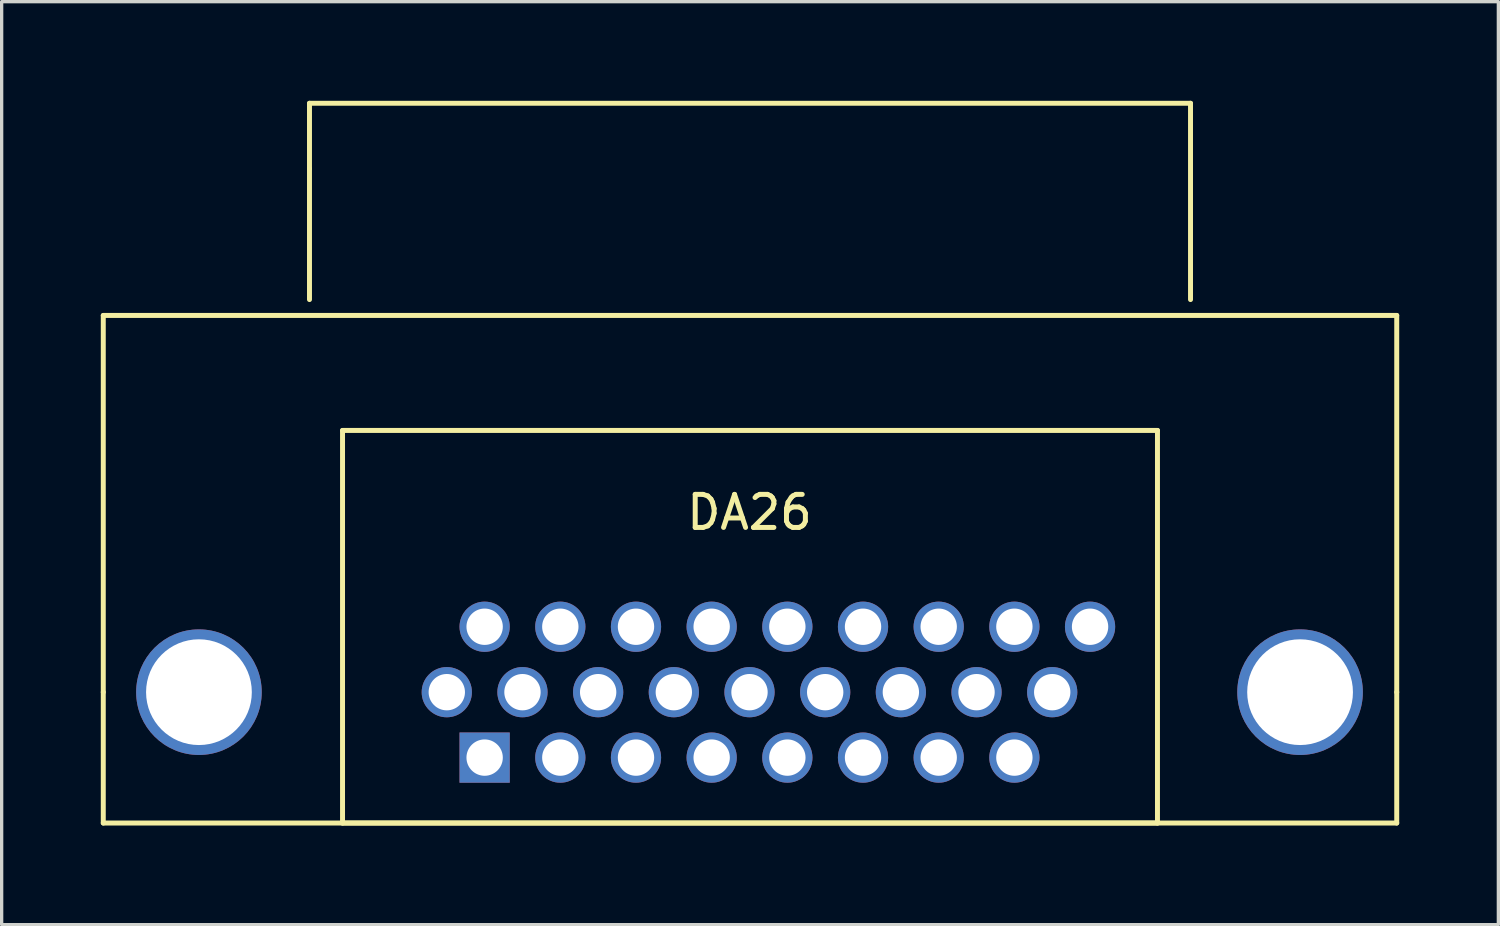
<source format=kicad_pcb>
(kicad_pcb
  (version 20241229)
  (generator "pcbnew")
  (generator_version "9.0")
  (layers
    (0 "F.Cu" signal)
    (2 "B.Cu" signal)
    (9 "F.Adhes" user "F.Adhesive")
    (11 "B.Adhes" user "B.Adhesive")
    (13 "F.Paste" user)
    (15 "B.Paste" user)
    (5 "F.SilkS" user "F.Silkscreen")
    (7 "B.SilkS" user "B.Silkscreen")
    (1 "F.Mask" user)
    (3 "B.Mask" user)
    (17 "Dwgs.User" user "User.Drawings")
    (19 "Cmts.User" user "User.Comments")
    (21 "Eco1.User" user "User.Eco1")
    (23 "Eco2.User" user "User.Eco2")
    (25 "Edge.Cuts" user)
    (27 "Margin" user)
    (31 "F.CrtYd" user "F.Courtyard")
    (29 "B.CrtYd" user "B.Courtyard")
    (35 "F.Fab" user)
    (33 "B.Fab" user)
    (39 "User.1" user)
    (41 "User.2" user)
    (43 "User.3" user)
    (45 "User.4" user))
  (footprint "DA26"
    (layer "F.Cu")
    (at 19.645 19.875)
    (property "Reference" "DA26" (at -0.015 -7.42 0) (layer "F.SilkS") (effects (font (size 1 1) (thickness 0.15))))
    (attr through_hole)
    (fp_line (start -19.57 -13.38) (end -19.57 -1.98) (stroke (width 0.15) (type solid)) (layer "F.SilkS"))
    (fp_line (start -19.57 -1.98) (end -19.57 1.98) (stroke (width 0.15) (type solid)) (layer "F.SilkS"))
    (fp_line (start -13.33 -19.8) (end 13.33 -19.8) (stroke (width 0.15) (type solid)) (layer "F.SilkS"))
    (fp_line (start -13.33 -17.82) (end -13.33 -19.8) (stroke (width 0.15) (type solid)) (layer "F.SilkS"))
    (fp_line (start -13.33 -13.86) (end -13.33 -17.82) (stroke (width 0.15) (type solid)) (layer "F.SilkS"))
    (fp_line (start -12.33 -9.9) (end -12.33 1.98) (stroke (width 0.15) (type solid)) (layer "F.SilkS"))
    (fp_line (start -12.33 1.98) (end 12.33 1.98) (stroke (width 0.15) (type solid)) (layer "F.SilkS"))
    (fp_line (start 12.33 -9.9) (end -12.33 -9.9) (stroke (width 0.15) (type solid)) (layer "F.SilkS"))
    (fp_line (start 12.33 1.98) (end 12.33 -9.9) (stroke (width 0.15) (type solid)) (layer "F.SilkS"))
    (fp_line (start 13.33 -19.8) (end 13.33 -13.86) (stroke (width 0.15) (type solid)) (layer "F.SilkS"))
    (fp_line (start 19.57 -13.38) (end -19.57 -13.38) (stroke (width 0.15) (type solid)) (layer "F.SilkS"))
    (fp_line (start 19.57 -1.98) (end 19.57 -13.38) (stroke (width 0.15) (type solid)) (layer "F.SilkS"))
    (fp_line (start 19.57 1.98) (end -19.57 1.98) (stroke (width 0.15) (type solid)) (layer "F.SilkS"))
    (fp_line (start 19.57 1.98) (end 19.57 -1.98) (stroke (width 0.15) (type solid)) (layer "F.SilkS"))
    (pad "" thru_hole circle (at -16.675 -1.98) (size 3.8 3.8) (drill 3.2) (layers "*.Cu" "*.Mask"))
    (pad "" thru_hole circle (at 16.645 -1.98) (size 3.8 3.8) (drill 3.2) (layers "*.Cu" "*.Mask"))
    (pad "1" thru_hole rect (at -8.03 0) (size 1.52 1.52) (drill 1.1) (layers "*.Cu" "*.Mask"))
    (pad "2" thru_hole circle (at -5.74 0) (size 1.52 1.52) (drill 1.1) (layers "*.Cu" "*.Mask"))
    (pad "3" thru_hole circle (at -3.45 0) (size 1.52 1.52) (drill 1.1) (layers "*.Cu" "*.Mask"))
    (pad "4" thru_hole circle (at -1.16 0) (size 1.52 1.52) (drill 1.1) (layers "*.Cu" "*.Mask"))
    (pad "5" thru_hole circle (at 1.13 0) (size 1.52 1.52) (drill 1.1) (layers "*.Cu" "*.Mask"))
    (pad "6" thru_hole circle (at 3.42 0) (size 1.52 1.52) (drill 1.1) (layers "*.Cu" "*.Mask"))
    (pad "7" thru_hole circle (at 5.71 0) (size 1.52 1.52) (drill 1.1) (layers "*.Cu" "*.Mask"))
    (pad "8" thru_hole circle (at 8 0) (size 1.52 1.52) (drill 1.1) (layers "*.Cu" "*.Mask"))
    (pad "9" thru_hole circle (at -9.175 -1.98) (size 1.52 1.52) (drill 1.1) (layers "*.Cu" "*.Mask"))
    (pad "10" thru_hole circle (at -6.885 -1.98) (size 1.52 1.52) (drill 1.1) (layers "*.Cu" "*.Mask"))
    (pad "11" thru_hole circle (at -4.595 -1.98) (size 1.52 1.52) (drill 1.1) (layers "*.Cu" "*.Mask"))
    (pad "12" thru_hole circle (at -2.305 -1.98) (size 1.52 1.52) (drill 1.1) (layers "*.Cu" "*.Mask"))
    (pad "13" thru_hole circle (at -0.015 -1.98) (size 1.52 1.52) (drill 1.1) (layers "*.Cu" "*.Mask"))
    (pad "14" thru_hole circle (at 2.275 -1.98) (size 1.52 1.52) (drill 1.1) (layers "*.Cu" "*.Mask"))
    (pad "15" thru_hole circle (at 4.565 -1.98) (size 1.52 1.52) (drill 1.1) (layers "*.Cu" "*.Mask"))
    (pad "16" thru_hole circle (at 6.855 -1.98) (size 1.52 1.52) (drill 1.1) (layers "*.Cu" "*.Mask"))
    (pad "17" thru_hole circle (at 9.145 -1.98) (size 1.52 1.52) (drill 1.1) (layers "*.Cu" "*.Mask"))
    (pad "18" thru_hole circle (at -8.03 -3.96) (size 1.52 1.52) (drill 1.1) (layers "*.Cu" "*.Mask"))
    (pad "19" thru_hole circle (at -5.74 -3.96) (size 1.52 1.52) (drill 1.1) (layers "*.Cu" "*.Mask"))
    (pad "20" thru_hole circle (at -3.45 -3.96) (size 1.52 1.52) (drill 1.1) (layers "*.Cu" "*.Mask"))
    (pad "21" thru_hole circle (at -1.16 -3.96) (size 1.52 1.52) (drill 1.1) (layers "*.Cu" "*.Mask"))
    (pad "22" thru_hole circle (at 1.13 -3.96) (size 1.52 1.52) (drill 1.1) (layers "*.Cu" "*.Mask"))
    (pad "23" thru_hole circle (at 3.42 -3.96) (size 1.52 1.52) (drill 1.1) (layers "*.Cu" "*.Mask"))
    (pad "24" thru_hole circle (at 5.71 -3.96) (size 1.52 1.52) (drill 1.1) (layers "*.Cu" "*.Mask"))
    (pad "25" thru_hole circle (at 8 -3.96) (size 1.52 1.52) (drill 1.1) (layers "*.Cu" "*.Mask"))
    (pad "26" thru_hole circle (at 10.29 -3.96) (size 1.52 1.52) (drill 1.1) (layers "*.Cu" "*.Mask")))
  (gr_rect
    (start -3 -3)
    (end 42.29 24.93)
    (stroke (width 0.1) (type default))
    (fill no)
    (layer "Edge.Cuts")))
</source>
